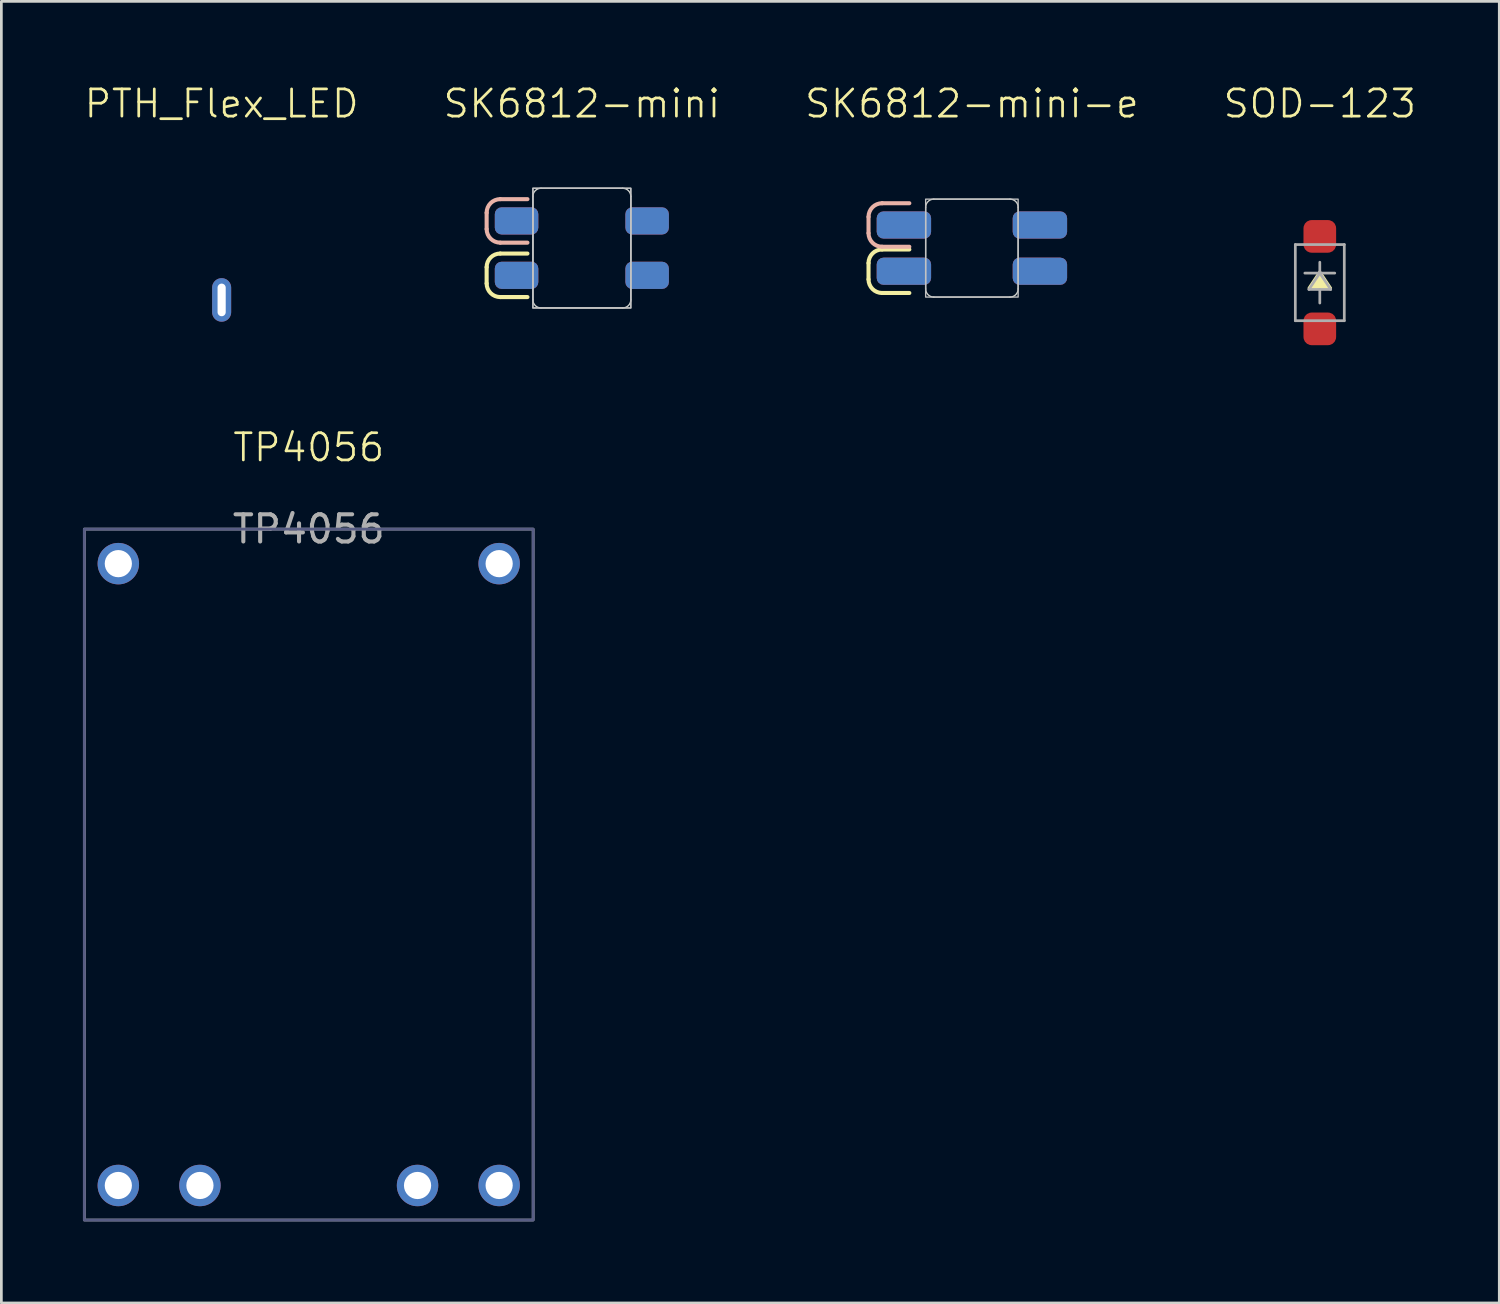
<source format=kicad_pcb>
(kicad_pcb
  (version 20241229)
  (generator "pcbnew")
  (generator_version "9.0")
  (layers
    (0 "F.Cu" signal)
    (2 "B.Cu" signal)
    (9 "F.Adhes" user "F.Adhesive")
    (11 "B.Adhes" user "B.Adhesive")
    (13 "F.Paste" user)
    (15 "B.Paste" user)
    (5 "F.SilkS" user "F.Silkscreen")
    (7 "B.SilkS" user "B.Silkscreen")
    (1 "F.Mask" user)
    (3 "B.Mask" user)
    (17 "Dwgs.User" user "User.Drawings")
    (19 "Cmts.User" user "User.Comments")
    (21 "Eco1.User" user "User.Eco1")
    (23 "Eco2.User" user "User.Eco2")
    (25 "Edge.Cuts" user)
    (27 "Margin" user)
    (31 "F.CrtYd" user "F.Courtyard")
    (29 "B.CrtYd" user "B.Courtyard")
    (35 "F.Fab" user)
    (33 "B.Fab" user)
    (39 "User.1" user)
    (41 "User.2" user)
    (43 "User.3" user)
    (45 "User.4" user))
  (footprint "SK6812-mini-e"
    (layer "F.Cu")
    (at 32.679 6.071)
    (property "Reference" "SK6812-mini-e" (at 0 -5.31 0) (unlocked yes) (layer "F.SilkS") (effects (font (size 1 1) (thickness 0.1))))
    (attr smd)
    (fp_line (start -3.8 1.15) (end -3.8 0.55) (stroke (width 0.15) (type default)) (layer "F.SilkS"))
    (fp_line (start -2.3 0.05) (end -3.3 0.05) (stroke (width 0.15) (type default)) (layer "F.SilkS"))
    (fp_line (start -2.3 1.65) (end -3.3 1.65) (stroke (width 0.15) (type default)) (layer "F.SilkS"))
    (fp_arc (start -3.799999 0.55) (mid -3.653553 0.196446) (end -3.299999 0.05) (stroke (width 0.15) (type default)) (layer "F.SilkS"))
    (fp_arc (start -3.3 1.649998) (mid -3.653553 1.503553) (end -3.8 1.15) (stroke (width 0.15) (type default)) (layer "F.SilkS"))
    (fp_line (start -3.8 -0.55) (end -3.8 -1.15) (stroke (width 0.15) (type default)) (layer "B.SilkS"))
    (fp_line (start -2.3 -1.65) (end -3.3 -1.65) (stroke (width 0.15) (type default)) (layer "B.SilkS"))
    (fp_line (start -2.3 -0.05) (end -3.3 -0.05) (stroke (width 0.15) (type default)) (layer "B.SilkS"))
    (fp_arc (start -3.8 -1.149998) (mid -3.653554 -1.503553) (end -3.3 -1.65) (stroke (width 0.15) (type default)) (layer "B.SilkS"))
    (fp_arc (start -3.3 -0.05) (mid -3.653553 -0.196447) (end -3.8 -0.55) (stroke (width 0.15) (type default)) (layer "B.SilkS"))
    (fp_rect (start -1.7 1.8) (end 1.7 -1.8) (stroke (width 0.05) (type default)) (fill no) (layer "Dwgs.User"))
    (fp_line (start -1.7 1.5) (end -1.7 -1.5) (stroke (width 0.05) (type default)) (layer "Edge.Cuts"))
    (fp_line (start -1.4 -1.8) (end 1.4 -1.8) (stroke (width 0.05) (type default)) (layer "Edge.Cuts"))
    (fp_line (start 1.4 1.8) (end -1.4 1.8) (stroke (width 0.05) (type default)) (layer "Edge.Cuts"))
    (fp_line (start 1.7 1.5) (end 1.7 -1.5) (stroke (width 0.05) (type default)) (layer "Edge.Cuts"))
    (fp_arc (start -1.7 -1.5) (mid -1.612132 -1.712132) (end -1.4 -1.8) (stroke (width 0.05) (type default)) (layer "Edge.Cuts"))
    (fp_arc (start -1.4 1.8) (mid -1.612132 1.712132) (end -1.7 1.5) (stroke (width 0.05) (type default)) (layer "Edge.Cuts"))
    (fp_arc (start 1.4 -1.8) (mid 1.612132 -1.712132) (end 1.7 -1.5) (stroke (width 0.05) (type default)) (layer "Edge.Cuts"))
    (fp_arc (start 1.7 1.5) (mid 1.612132 1.712132) (end 1.4 1.8) (stroke (width 0.05) (type default)) (layer "Edge.Cuts"))
    (pad "1" smd roundrect (at 2.5 -0.85 180) (size 2 1) (layers "F.Cu" "F.Mask" "F.Paste") (roundrect_rratio 0.25))
    (pad "1" smd roundrect (at 2.5 0.85 180) (size 2 1) (layers "B.Cu" "B.Mask" "B.Paste") (roundrect_rratio 0.25))
    (pad "2" smd roundrect (at 2.5 -0.85 180) (size 2 1) (layers "B.Cu" "B.Mask" "B.Paste") (roundrect_rratio 0.25))
    (pad "2" smd roundrect (at 2.5 0.85 180) (size 2 1) (layers "F.Cu" "F.Mask" "F.Paste") (roundrect_rratio 0.25))
    (pad "3" smd roundrect (at -2.5 -0.85 180) (size 2 1) (layers "B.Cu" "B.Mask" "B.Paste") (roundrect_rratio 0.25))
    (pad "3" smd roundrect (at -2.5 0.85 180) (size 2 1) (layers "F.Cu" "F.Mask" "F.Paste") (roundrect_rratio 0.25))
    (pad "4" smd roundrect (at -2.5 -0.85 180) (size 2 1) (layers "F.Cu" "F.Mask" "F.Paste") (roundrect_rratio 0.25))
    (pad "4" smd roundrect (at -2.5 0.85 180) (size 2 1) (layers "B.Cu" "B.Mask" "B.Paste") (roundrect_rratio 0.25)))
  (footprint "SK6812-mini"
    (layer "F.Cu")
    (at 18.34 6.071)
    (property "Reference" "SK6812-mini" (at 0 -5.31 0) (unlocked yes) (layer "F.SilkS") (effects (font (size 1 1) (thickness 0.1))))
    (attr smd)
    (fp_line (start -3.5 0.7) (end -3.5 1.3) (stroke (width 0.15) (type default)) (layer "F.SilkS"))
    (fp_line (start -2 0.2) (end -3 0.2) (stroke (width 0.15) (type default)) (layer "F.SilkS"))
    (fp_line (start -2 1.8) (end -3 1.8) (stroke (width 0.15) (type default)) (layer "F.SilkS"))
    (fp_arc (start -3.5 0.7) (mid -3.353554 0.346446) (end -3 0.2) (stroke (width 0.15) (type default)) (layer "F.SilkS"))
    (fp_arc (start -3 1.8) (mid -3.353554 1.653553) (end -3.5 1.299998) (stroke (width 0.15) (type default)) (layer "F.SilkS"))
    (fp_line (start -3.5 -1.3) (end -3.5 -0.7) (stroke (width 0.15) (type default)) (layer "B.SilkS"))
    (fp_line (start -2 -1.8) (end -3 -1.8) (stroke (width 0.15) (type default)) (layer "B.SilkS"))
    (fp_line (start -2 -0.2) (end -3 -0.2) (stroke (width 0.15) (type default)) (layer "B.SilkS"))
    (fp_arc (start -3.5 -1.3) (mid -3.353553 -1.653553) (end -3 -1.799998) (stroke (width 0.15) (type default)) (layer "B.SilkS"))
    (fp_arc (start -2.999999 -0.2) (mid -3.353553 -0.346446) (end -3.499999 -0.7) (stroke (width 0.15) (type default)) (layer "B.SilkS"))
    (fp_rect (start -1.8 -2.2) (end 1.8 2.2) (stroke (width 0.05) (type default)) (fill no) (layer "Dwgs.User"))
    (fp_rect (start 1.8 -2.2) (end -1.8 2.2) (stroke (width 0.05) (type default)) (fill no) (layer "Dwgs.User"))
    (fp_line (start -1.8 -1.9) (end -1.8 1.9) (stroke (width 0.05) (type default)) (layer "Edge.Cuts"))
    (fp_line (start -1.5 -2.2) (end 1.5 -2.2) (stroke (width 0.05) (type default)) (layer "Edge.Cuts"))
    (fp_line (start 1.5 2.2) (end -1.5 2.2) (stroke (width 0.05) (type default)) (layer "Edge.Cuts"))
    (fp_line (start 1.8 -1.9) (end 1.8 1.9) (stroke (width 0.05) (type default)) (layer "Edge.Cuts"))
    (fp_arc (start -1.8 -1.9) (mid -1.712132 -2.112132) (end -1.5 -2.2) (stroke (width 0.05) (type default)) (layer "Edge.Cuts"))
    (fp_arc (start -1.5 2.2) (mid -1.712132 2.112132) (end -1.8 1.9) (stroke (width 0.05) (type default)) (layer "Edge.Cuts"))
    (fp_arc (start 1.5 -2.2) (mid 1.712132 -2.112132) (end 1.8 -1.9) (stroke (width 0.05) (type default)) (layer "Edge.Cuts"))
    (fp_arc (start 1.8 1.9) (mid 1.712132 2.112132) (end 1.5 2.2) (stroke (width 0.05) (type default)) (layer "Edge.Cuts"))
    (pad "1" smd roundrect (at -2.4 -1) (size 1.6 1) (layers "B.Cu" "B.Mask" "B.Paste") (roundrect_rratio 0.25))
    (pad "1" smd roundrect (at -2.4 1) (size 1.6 1) (layers "F.Cu" "F.Mask" "F.Paste") (roundrect_rratio 0.25))
    (pad "2" smd roundrect (at -2.4 -1) (size 1.6 1) (layers "F.Cu" "F.Mask" "F.Paste") (roundrect_rratio 0.25))
    (pad "2" smd roundrect (at -2.4 1) (size 1.6 1) (layers "B.Cu" "B.Mask" "B.Paste") (roundrect_rratio 0.25))
    (pad "3" smd roundrect (at 2.4 -1) (size 1.6 1) (layers "F.Cu" "F.Mask" "F.Paste") (roundrect_rratio 0.25))
    (pad "3" smd roundrect (at 2.4 1) (size 1.6 1) (layers "B.Cu" "B.Mask" "B.Paste") (roundrect_rratio 0.25))
    (pad "4" smd roundrect (at 2.4 -1) (size 1.6 1) (layers "B.Cu" "B.Mask" "B.Paste") (roundrect_rratio 0.25))
    (pad "4" smd roundrect (at 2.4 1) (size 1.6 1) (layers "F.Cu" "F.Mask" "F.Paste") (roundrect_rratio 0.25)))
  (footprint "SOD-123"
    (layer "F.Cu")
    (at 45.469 7.34)
    (property "Reference" "SOD-123" (at 0 -6.58 0) (unlocked yes) (layer "F.SilkS") (effects (font (size 1 1) (thickness 0.1))))
    (attr smd)
    (fp_poly (pts (xy 0 -0.4) (xy -0.4 0.2) (xy 0.4 0.2)) (stroke (width 0.1) (type solid)) (fill yes) (layer "F.SilkS"))
    (fp_line (start -0.9 -1.4) (end 0.9 -1.4) (stroke (width 0.1) (type solid)) (layer "F.Fab"))
    (fp_line (start -0.9 1.4) (end -0.9 -1.4) (stroke (width 0.1) (type solid)) (layer "F.Fab"))
    (fp_line (start -0.4 0.25) (end 0 -0.35) (stroke (width 0.1) (type solid)) (layer "F.Fab"))
    (fp_line (start 0 -0.75) (end 0 -0.35) (stroke (width 0.1) (type solid)) (layer "F.Fab"))
    (fp_line (start 0 -0.35) (end -0.55 -0.35) (stroke (width 0.1) (type solid)) (layer "F.Fab"))
    (fp_line (start 0 -0.35) (end 0.4 0.25) (stroke (width 0.1) (type solid)) (layer "F.Fab"))
    (fp_line (start 0 -0.35) (end 0.55 -0.35) (stroke (width 0.1) (type solid)) (layer "F.Fab"))
    (fp_line (start 0 0.25) (end 0 0.75) (stroke (width 0.1) (type solid)) (layer "F.Fab"))
    (fp_line (start 0.4 0.25) (end -0.4 0.25) (stroke (width 0.1) (type solid)) (layer "F.Fab"))
    (fp_line (start 0.9 -1.4) (end 0.9 1.4) (stroke (width 0.1) (type solid)) (layer "F.Fab"))
    (fp_line (start 0.9 1.4) (end -0.9 1.4) (stroke (width 0.1) (type solid)) (layer "F.Fab"))
    (pad "1" smd roundrect (at 0 -1.7 270) (size 1.2 1.2) (layers "F.Cu" "F.Mask" "F.Paste") (roundrect_rratio 0.25))
    (pad "2" smd roundrect (at 0 1.7 270) (size 1.2 1.2) (layers "F.Cu" "F.Mask" "F.Paste") (roundrect_rratio 0.25)))
  (footprint "PTH_Flex_LED"
    (layer "F.Cu")
    (at 5.098 7.976)
    (property "Reference" "PTH_Flex_LED" (at 0 -7.215 0) (unlocked yes) (layer "F.SilkS") (effects (font (size 1 1) (thickness 0.1))))
    (attr through_hole)
    (pad "1" thru_hole oval (at 0 0) (size 0.7 1.6) (drill oval 0.3 1.2) (layers "*.Cu" "*.Mask")))
  (footprint "TP4056"
    (layer "F.Cu")
    (at 8.3 29.101)
    (property "Reference" "TP4056" (at 0 -15.7 0) (unlocked yes) (layer "F.SilkS") (effects (font (size 1 1) (thickness 0.1))))
    (attr through_hole)
    (fp_rect (start -8.25 -12.7) (end 8.25 12.7) (stroke (width 0.1) (type default)) (fill no) (layer "B.Fab"))
    (fp_rect (start -8.25 -12.7) (end 8.25 12.7) (stroke (width 0.1) (type default)) (fill no) (layer "F.Fab"))
    (fp_text user "${REFERENCE}" (at 0 -12.7 0) (unlocked yes) (layer "F.Fab") (effects (font (size 1 1) (thickness 0.15))))
    (pad "1" thru_hole circle (at 7 -11.43) (size 1.524 1.524) (drill 1) (layers "*.Cu" "*.Mask"))
    (pad "2" thru_hole circle (at -7 -11.43) (size 1.524 1.524) (drill 1) (layers "*.Cu" "*.Mask"))
    (pad "3" thru_hole circle (at 7 11.43) (size 1.524 1.524) (drill 1) (layers "*.Cu" "*.Mask"))
    (pad "4" thru_hole circle (at 4 11.43) (size 1.524 1.524) (drill 1) (layers "*.Cu" "*.Mask"))
    (pad "5" thru_hole circle (at -4 11.43) (size 1.524 1.524) (drill 1) (layers "*.Cu" "*.Mask"))
    (pad "6" thru_hole circle (at -7 11.43) (size 1.524 1.524) (drill 1) (layers "*.Cu" "*.Mask")))
  (gr_rect
    (start -3 -3)
    (end 52.067 44.851)
    (stroke (width 0.1) (type default))
    (fill no)
    (layer "Edge.Cuts")))
</source>
